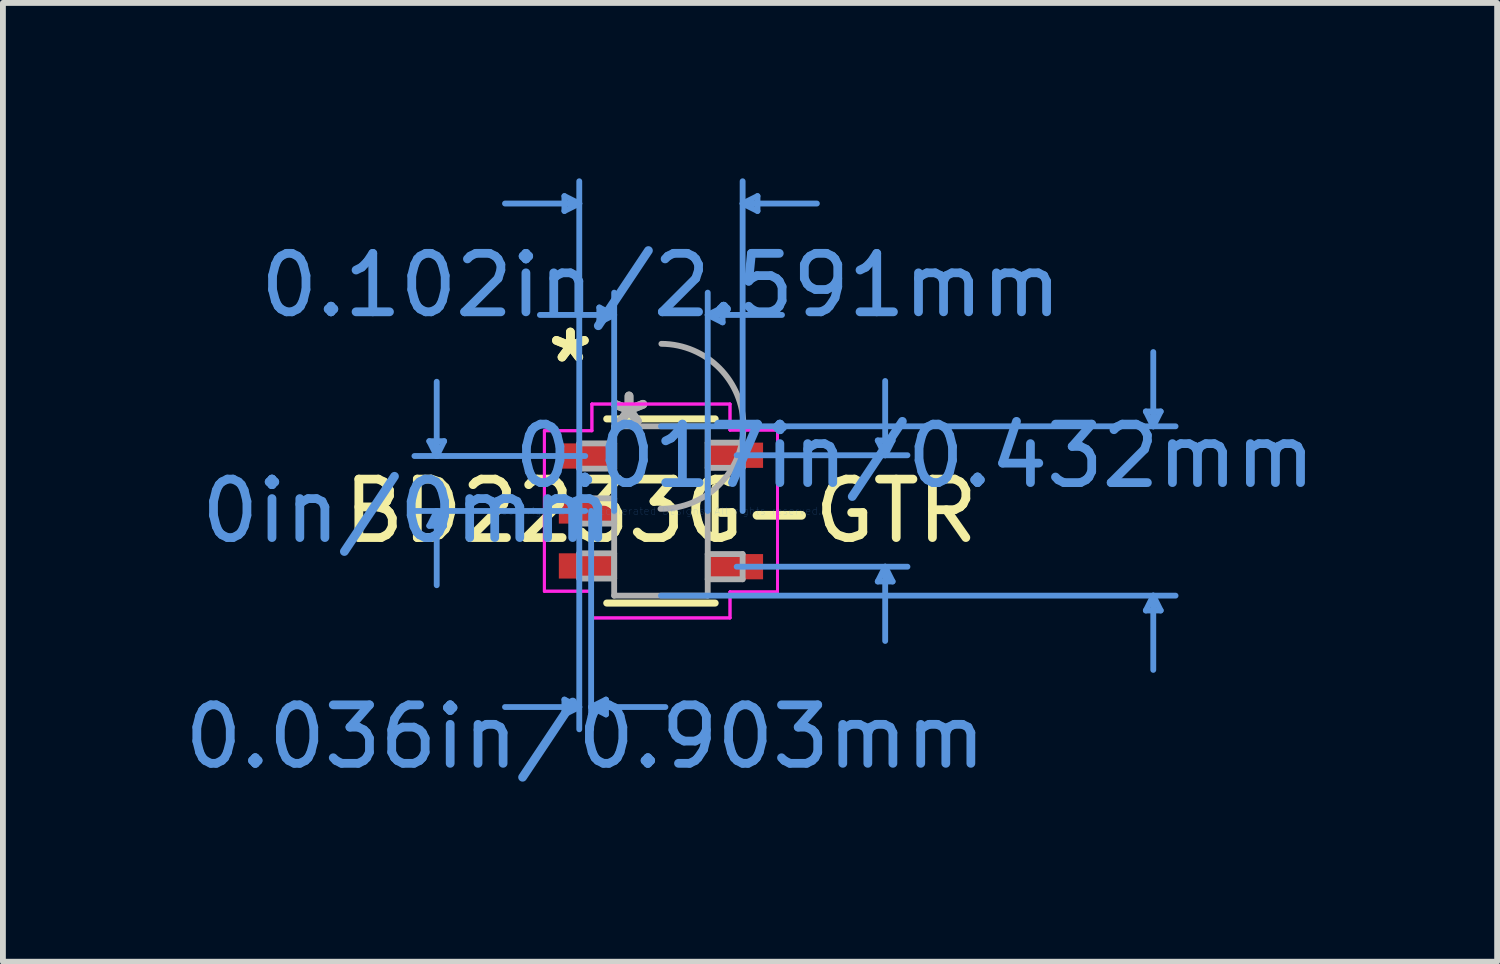
<source format=kicad_pcb>
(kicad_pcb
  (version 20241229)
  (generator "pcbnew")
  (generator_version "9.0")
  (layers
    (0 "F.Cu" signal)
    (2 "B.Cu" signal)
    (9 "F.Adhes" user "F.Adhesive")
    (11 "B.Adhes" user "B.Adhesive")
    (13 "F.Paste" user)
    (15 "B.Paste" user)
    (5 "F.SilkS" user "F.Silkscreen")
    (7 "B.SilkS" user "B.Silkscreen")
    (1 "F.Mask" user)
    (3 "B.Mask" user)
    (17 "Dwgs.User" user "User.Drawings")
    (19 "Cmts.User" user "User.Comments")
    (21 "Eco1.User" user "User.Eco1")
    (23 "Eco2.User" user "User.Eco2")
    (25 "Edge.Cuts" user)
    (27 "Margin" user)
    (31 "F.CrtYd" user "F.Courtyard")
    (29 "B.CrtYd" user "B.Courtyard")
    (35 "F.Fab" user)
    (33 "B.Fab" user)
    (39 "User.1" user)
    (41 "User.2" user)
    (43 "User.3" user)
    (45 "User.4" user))
  (footprint "BD2233G-GTR"
    (layer "F.Cu")
    (at 8.254 5.689)
    (property "Reference" "BD2233G-GTR" (at 0 0 0) (layer "F.SilkS") (effects (font (size 1 1) (thickness 0.15))))
    (attr through_hole)
    (fp_line (start -0.927 1.575) (end 0.927 1.575) (stroke (width 0.12) (type solid)) (layer "F.SilkS"))
    (fp_line (start 0.927 -1.575) (end -0.927 -1.575) (stroke (width 0.12) (type solid)) (layer "F.SilkS"))
    (fp_line (start 0.927 0.404) (end 0.927 -0.404) (stroke (width 0.12) (type solid)) (layer "F.SilkS"))
    (fp_line (start -3.962 -1.194) (end -3.708 -1.194) (stroke (width 0.1) (type solid)) (layer "Cmts.User"))
    (fp_line (start -3.962 0.254) (end -3.708 0.254) (stroke (width 0.1) (type solid)) (layer "Cmts.User"))
    (fp_line (start -3.835 -0.94) (end -3.962 -1.194) (stroke (width 0.1) (type solid)) (layer "Cmts.User"))
    (fp_line (start -3.835 -0.94) (end -3.835 -2.21) (stroke (width 0.1) (type solid)) (layer "Cmts.User"))
    (fp_line (start -3.835 -0.94) (end -3.708 -1.194) (stroke (width 0.1) (type solid)) (layer "Cmts.User"))
    (fp_line (start -3.835 0) (end -3.962 0.254) (stroke (width 0.1) (type solid)) (layer "Cmts.User"))
    (fp_line (start -3.835 0) (end -3.835 1.27) (stroke (width 0.1) (type solid)) (layer "Cmts.User"))
    (fp_line (start -3.835 0) (end -3.708 0.254) (stroke (width 0.1) (type solid)) (layer "Cmts.User"))
    (fp_line (start -1.651 -5.385) (end -1.651 -5.131) (stroke (width 0.1) (type solid)) (layer "Cmts.User"))
    (fp_line (start -1.651 3.226) (end -1.651 3.48) (stroke (width 0.1) (type solid)) (layer "Cmts.User"))
    (fp_line (start -1.397 -5.258) (end -2.667 -5.258) (stroke (width 0.1) (type solid)) (layer "Cmts.User"))
    (fp_line (start -1.397 -5.258) (end -1.651 -5.385) (stroke (width 0.1) (type solid)) (layer "Cmts.User"))
    (fp_line (start -1.397 -5.258) (end -1.651 -5.131) (stroke (width 0.1) (type solid)) (layer "Cmts.User"))
    (fp_line (start -1.397 0) (end -1.397 -5.639) (stroke (width 0.1) (type solid)) (layer "Cmts.User"))
    (fp_line (start -1.397 0) (end -1.397 3.734) (stroke (width 0.1) (type solid)) (layer "Cmts.User"))
    (fp_line (start -1.397 3.353) (end -2.667 3.353) (stroke (width 0.1) (type solid)) (layer "Cmts.User"))
    (fp_line (start -1.397 3.353) (end -1.651 3.226) (stroke (width 0.1) (type solid)) (layer "Cmts.User"))
    (fp_line (start -1.397 3.353) (end -1.651 3.48) (stroke (width 0.1) (type solid)) (layer "Cmts.User"))
    (fp_line (start -1.295 -0.94) (end -4.216 -0.94) (stroke (width 0.1) (type solid)) (layer "Cmts.User"))
    (fp_line (start -1.295 0) (end -4.216 0) (stroke (width 0.1) (type solid)) (layer "Cmts.User"))
    (fp_line (start -1.194 0) (end -1.194 3.734) (stroke (width 0.1) (type solid)) (layer "Cmts.User"))
    (fp_line (start -1.194 3.353) (end -0.94 3.226) (stroke (width 0.1) (type solid)) (layer "Cmts.User"))
    (fp_line (start -1.194 3.353) (end -0.94 3.48) (stroke (width 0.1) (type solid)) (layer "Cmts.User"))
    (fp_line (start -1.194 3.353) (end 0.076 3.353) (stroke (width 0.1) (type solid)) (layer "Cmts.User"))
    (fp_line (start -1.054 -3.48) (end -1.054 -3.226) (stroke (width 0.1) (type solid)) (layer "Cmts.User"))
    (fp_line (start -0.94 3.226) (end -0.94 3.48) (stroke (width 0.1) (type solid)) (layer "Cmts.User"))
    (fp_line (start -0.8 -3.353) (end -2.07 -3.353) (stroke (width 0.1) (type solid)) (layer "Cmts.User"))
    (fp_line (start -0.8 -3.353) (end -1.054 -3.48) (stroke (width 0.1) (type solid)) (layer "Cmts.User"))
    (fp_line (start -0.8 -3.353) (end -1.054 -3.226) (stroke (width 0.1) (type solid)) (layer "Cmts.User"))
    (fp_line (start -0.8 0) (end -0.8 -3.734) (stroke (width 0.1) (type solid)) (layer "Cmts.User"))
    (fp_line (start 0 -1.448) (end 8.801 -1.448) (stroke (width 0.1) (type solid)) (layer "Cmts.User"))
    (fp_line (start 0 1.448) (end 8.801 1.448) (stroke (width 0.1) (type solid)) (layer "Cmts.User"))
    (fp_line (start 0.8 -3.353) (end 1.054 -3.48) (stroke (width 0.1) (type solid)) (layer "Cmts.User"))
    (fp_line (start 0.8 -3.353) (end 1.054 -3.226) (stroke (width 0.1) (type solid)) (layer "Cmts.User"))
    (fp_line (start 0.8 -3.353) (end 2.07 -3.353) (stroke (width 0.1) (type solid)) (layer "Cmts.User"))
    (fp_line (start 0.8 0) (end 0.8 -3.734) (stroke (width 0.1) (type solid)) (layer "Cmts.User"))
    (fp_line (start 1.054 -3.48) (end 1.054 -3.226) (stroke (width 0.1) (type solid)) (layer "Cmts.User"))
    (fp_line (start 1.295 -0.953) (end 4.216 -0.953) (stroke (width 0.1) (type solid)) (layer "Cmts.User"))
    (fp_line (start 1.295 0.953) (end 4.216 0.953) (stroke (width 0.1) (type solid)) (layer "Cmts.User"))
    (fp_line (start 1.397 -5.258) (end 1.651 -5.385) (stroke (width 0.1) (type solid)) (layer "Cmts.User"))
    (fp_line (start 1.397 -5.258) (end 1.651 -5.131) (stroke (width 0.1) (type solid)) (layer "Cmts.User"))
    (fp_line (start 1.397 -5.258) (end 2.667 -5.258) (stroke (width 0.1) (type solid)) (layer "Cmts.User"))
    (fp_line (start 1.397 0) (end 1.397 -5.639) (stroke (width 0.1) (type solid)) (layer "Cmts.User"))
    (fp_line (start 1.651 -5.385) (end 1.651 -5.131) (stroke (width 0.1) (type solid)) (layer "Cmts.User"))
    (fp_line (start 3.708 -1.206) (end 3.962 -1.206) (stroke (width 0.1) (type solid)) (layer "Cmts.User"))
    (fp_line (start 3.708 1.206) (end 3.962 1.206) (stroke (width 0.1) (type solid)) (layer "Cmts.User"))
    (fp_line (start 3.835 -0.953) (end 3.708 -1.206) (stroke (width 0.1) (type solid)) (layer "Cmts.User"))
    (fp_line (start 3.835 -0.953) (end 3.835 -2.223) (stroke (width 0.1) (type solid)) (layer "Cmts.User"))
    (fp_line (start 3.835 -0.953) (end 3.962 -1.206) (stroke (width 0.1) (type solid)) (layer "Cmts.User"))
    (fp_line (start 3.835 0.953) (end 3.708 1.206) (stroke (width 0.1) (type solid)) (layer "Cmts.User"))
    (fp_line (start 3.835 0.953) (end 3.835 2.223) (stroke (width 0.1) (type solid)) (layer "Cmts.User"))
    (fp_line (start 3.835 0.953) (end 3.962 1.206) (stroke (width 0.1) (type solid)) (layer "Cmts.User"))
    (fp_line (start 8.293 -1.702) (end 8.547 -1.702) (stroke (width 0.1) (type solid)) (layer "Cmts.User"))
    (fp_line (start 8.293 1.702) (end 8.547 1.702) (stroke (width 0.1) (type solid)) (layer "Cmts.User"))
    (fp_line (start 8.42 -1.448) (end 8.293 -1.702) (stroke (width 0.1) (type solid)) (layer "Cmts.User"))
    (fp_line (start 8.42 -1.448) (end 8.42 -2.718) (stroke (width 0.1) (type solid)) (layer "Cmts.User"))
    (fp_line (start 8.42 -1.448) (end 8.547 -1.702) (stroke (width 0.1) (type solid)) (layer "Cmts.User"))
    (fp_line (start 8.42 1.448) (end 8.293 1.702) (stroke (width 0.1) (type solid)) (layer "Cmts.User"))
    (fp_line (start 8.42 1.448) (end 8.42 2.718) (stroke (width 0.1) (type solid)) (layer "Cmts.User"))
    (fp_line (start 8.42 1.448) (end 8.547 1.702) (stroke (width 0.1) (type solid)) (layer "Cmts.User"))
    (fp_line (start -1.994 -1.372) (end -1.181 -1.372) (stroke (width 0.05) (type solid)) (layer "F.CrtYd"))
    (fp_line (start -1.994 -1.372) (end -1.181 -1.372) (stroke (width 0.05) (type solid)) (layer "F.CrtYd"))
    (fp_line (start -1.994 1.372) (end -1.994 -1.372) (stroke (width 0.05) (type solid)) (layer "F.CrtYd"))
    (fp_line (start -1.994 1.372) (end -1.994 -1.372) (stroke (width 0.05) (type solid)) (layer "F.CrtYd"))
    (fp_line (start -1.181 -1.829) (end 1.181 -1.829) (stroke (width 0.05) (type solid)) (layer "F.CrtYd"))
    (fp_line (start -1.181 -1.829) (end 1.181 -1.829) (stroke (width 0.05) (type solid)) (layer "F.CrtYd"))
    (fp_line (start -1.181 -1.372) (end -1.181 -1.829) (stroke (width 0.05) (type solid)) (layer "F.CrtYd"))
    (fp_line (start -1.181 -1.372) (end -1.181 -1.829) (stroke (width 0.05) (type solid)) (layer "F.CrtYd"))
    (fp_line (start -1.181 1.372) (end -1.994 1.372) (stroke (width 0.05) (type solid)) (layer "F.CrtYd"))
    (fp_line (start -1.181 1.372) (end -1.994 1.372) (stroke (width 0.05) (type solid)) (layer "F.CrtYd"))
    (fp_line (start -1.181 1.829) (end -1.181 1.372) (stroke (width 0.05) (type solid)) (layer "F.CrtYd"))
    (fp_line (start -1.181 1.829) (end -1.181 1.372) (stroke (width 0.05) (type solid)) (layer "F.CrtYd"))
    (fp_line (start 1.181 -1.829) (end 1.181 -1.384) (stroke (width 0.05) (type solid)) (layer "F.CrtYd"))
    (fp_line (start 1.181 -1.829) (end 1.181 -1.384) (stroke (width 0.05) (type solid)) (layer "F.CrtYd"))
    (fp_line (start 1.181 -1.384) (end 1.994 -1.384) (stroke (width 0.05) (type solid)) (layer "F.CrtYd"))
    (fp_line (start 1.181 -1.384) (end 1.994 -1.384) (stroke (width 0.05) (type solid)) (layer "F.CrtYd"))
    (fp_line (start 1.181 1.384) (end 1.181 1.829) (stroke (width 0.05) (type solid)) (layer "F.CrtYd"))
    (fp_line (start 1.181 1.384) (end 1.181 1.829) (stroke (width 0.05) (type solid)) (layer "F.CrtYd"))
    (fp_line (start 1.181 1.829) (end -1.181 1.829) (stroke (width 0.05) (type solid)) (layer "F.CrtYd"))
    (fp_line (start 1.181 1.829) (end -1.181 1.829) (stroke (width 0.05) (type solid)) (layer "F.CrtYd"))
    (fp_line (start 1.994 -1.384) (end 1.994 1.384) (stroke (width 0.05) (type solid)) (layer "F.CrtYd"))
    (fp_line (start 1.994 -1.384) (end 1.994 1.384) (stroke (width 0.05) (type solid)) (layer "F.CrtYd"))
    (fp_line (start 1.994 1.384) (end 1.181 1.384) (stroke (width 0.05) (type solid)) (layer "F.CrtYd"))
    (fp_line (start 1.994 1.384) (end 1.181 1.384) (stroke (width 0.05) (type solid)) (layer "F.CrtYd"))
    (fp_line (start -1.397 -1.156) (end -1.397 -0.724) (stroke (width 0.1) (type solid)) (layer "F.Fab"))
    (fp_line (start -1.397 -0.724) (end -0.8 -0.724) (stroke (width 0.1) (type solid)) (layer "F.Fab"))
    (fp_line (start -1.397 -0.216) (end -1.397 0.216) (stroke (width 0.1) (type solid)) (layer "F.Fab"))
    (fp_line (start -1.397 0.216) (end -0.8 0.216) (stroke (width 0.1) (type solid)) (layer "F.Fab"))
    (fp_line (start -1.397 0.724) (end -1.397 1.156) (stroke (width 0.1) (type solid)) (layer "F.Fab"))
    (fp_line (start -1.397 1.156) (end -0.8 1.156) (stroke (width 0.1) (type solid)) (layer "F.Fab"))
    (fp_line (start -0.8 -1.448) (end -0.8 1.448) (stroke (width 0.1) (type solid)) (layer "F.Fab"))
    (fp_line (start -0.8 -1.156) (end -1.397 -1.156) (stroke (width 0.1) (type solid)) (layer "F.Fab"))
    (fp_line (start -0.8 -0.724) (end -0.8 -1.156) (stroke (width 0.1) (type solid)) (layer "F.Fab"))
    (fp_line (start -0.8 -0.216) (end -1.397 -0.216) (stroke (width 0.1) (type solid)) (layer "F.Fab"))
    (fp_line (start -0.8 0.216) (end -0.8 -0.216) (stroke (width 0.1) (type solid)) (layer "F.Fab"))
    (fp_line (start -0.8 0.724) (end -1.397 0.724) (stroke (width 0.1) (type solid)) (layer "F.Fab"))
    (fp_line (start -0.8 1.156) (end -0.8 0.724) (stroke (width 0.1) (type solid)) (layer "F.Fab"))
    (fp_line (start -0.8 1.448) (end 0.8 1.448) (stroke (width 0.1) (type solid)) (layer "F.Fab"))
    (fp_line (start 0.8 -1.448) (end -0.8 -1.448) (stroke (width 0.1) (type solid)) (layer "F.Fab"))
    (fp_line (start 0.8 -1.168) (end 0.8 -0.737) (stroke (width 0.1) (type solid)) (layer "F.Fab"))
    (fp_line (start 0.8 -0.737) (end 1.397 -0.737) (stroke (width 0.1) (type solid)) (layer "F.Fab"))
    (fp_line (start 0.8 0.737) (end 0.8 1.168) (stroke (width 0.1) (type solid)) (layer "F.Fab"))
    (fp_line (start 0.8 1.168) (end 1.397 1.168) (stroke (width 0.1) (type solid)) (layer "F.Fab"))
    (fp_line (start 0.8 1.448) (end 0.8 -1.448) (stroke (width 0.1) (type solid)) (layer "F.Fab"))
    (fp_line (start 1.397 -1.168) (end 0.8 -1.168) (stroke (width 0.1) (type solid)) (layer "F.Fab"))
    (fp_line (start 1.397 -0.737) (end 1.397 -1.168) (stroke (width 0.1) (type solid)) (layer "F.Fab"))
    (fp_line (start 1.397 0.737) (end 0.8 0.737) (stroke (width 0.1) (type solid)) (layer "F.Fab"))
    (fp_line (start 1.397 1.168) (end 1.397 0.737) (stroke (width 0.1) (type solid)) (layer "F.Fab"))
    (fp_arc (start 0.007742 -2.858826) (mid 1.411026 -1.440058) (end -0.007742 -0.036774) (stroke (width 0.1) (type solid)) (layer "F.Fab"))
    (fp_text user "*" (at -1.549 -2.515 0) (layer "F.SilkS") (effects (font (size 1 1) (thickness 0.15))))
    (fp_text user "*" (at -1.549 -2.515 0) (layer "F.SilkS") (effects (font (size 1 1) (thickness 0.15))))
    (fp_text user "0in/0mm" (at -4.343 0 0) (layer "Cmts.User") (effects (font (size 1 1) (thickness 0.15))))
    (fp_text user "0.036in/0.903mm" (at -1.295 3.861 0) (layer "Cmts.User") (effects (font (size 1 1) (thickness 0.15))))
    (fp_text user "0.102in/2.591mm" (at 0 -3.861 0) (layer "Cmts.User") (effects (font (size 1 1) (thickness 0.15))))
    (fp_text user "Copyright 2021 Accelerated Designs. All rights reserved." (at 0 0 0) (layer "Cmts.User") (effects (font (size 0.127 0.127) (thickness 0.002))))
    (fp_text user "0.017in/0.432mm" (at 4.343 -0.94 0) (layer "Cmts.User") (effects (font (size 1 1) (thickness 0.15))))
    (fp_text user "*" (at -0.546 -1.422 0) (layer "F.Fab") (effects (font (size 1 1) (thickness 0.15))))
    (fp_text user "*" (at -0.546 -1.422 0) (layer "F.Fab") (effects (font (size 1 1) (thickness 0.15))))
    (pad "1" smd rect (at -1.295 -0.94) (size 0.903 0.432) (layers "F.Cu" "F.Mask" "F.Paste"))
    (pad "2" smd rect (at -1.295 0) (size 0.903 0.432) (layers "F.Cu" "F.Mask" "F.Paste"))
    (pad "3" smd rect (at -1.295 0.94) (size 0.903 0.432) (layers "F.Cu" "F.Mask" "F.Paste"))
    (pad "4" smd rect (at 1.295 0.953) (size 0.903 0.432) (layers "F.Cu" "F.Mask" "F.Paste"))
    (pad "5" smd rect (at 1.295 -0.953) (size 0.903 0.432) (layers "F.Cu" "F.Mask" "F.Paste")))
  (gr_rect
    (start -3 -3)
    (end 22.555 13.398)
    (stroke (width 0.1) (type default))
    (fill no)
    (layer "Edge.Cuts")))
</source>
